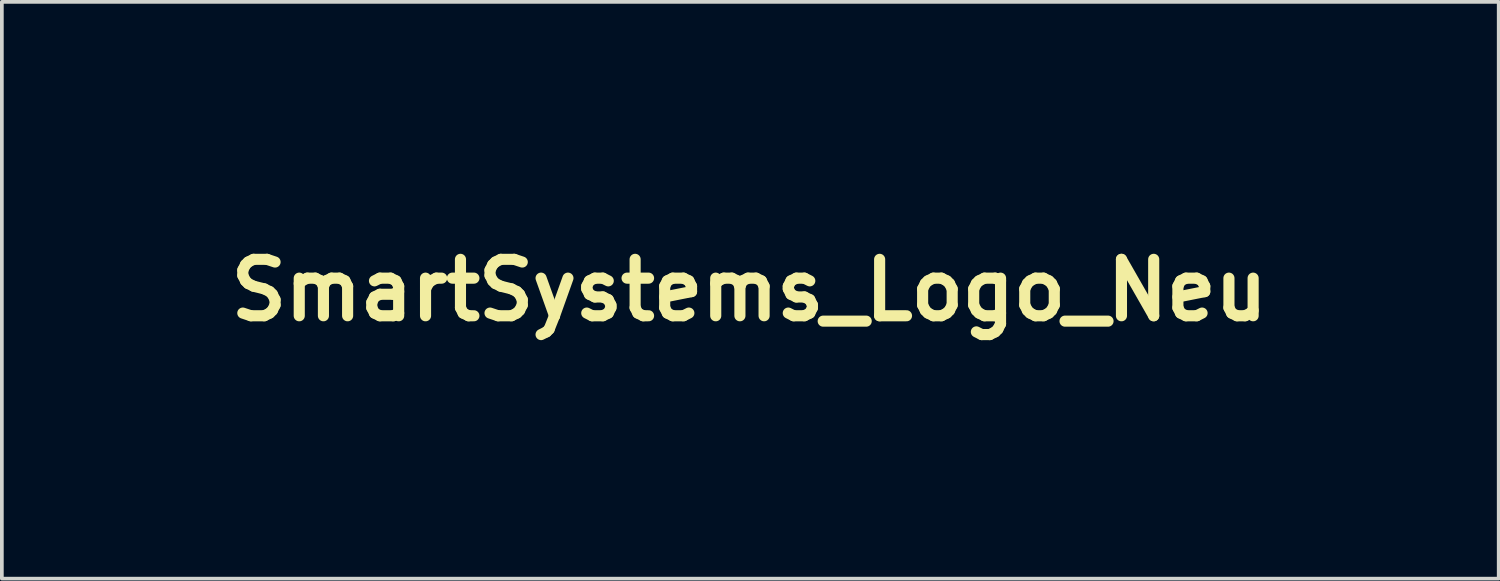
<source format=kicad_pcb>
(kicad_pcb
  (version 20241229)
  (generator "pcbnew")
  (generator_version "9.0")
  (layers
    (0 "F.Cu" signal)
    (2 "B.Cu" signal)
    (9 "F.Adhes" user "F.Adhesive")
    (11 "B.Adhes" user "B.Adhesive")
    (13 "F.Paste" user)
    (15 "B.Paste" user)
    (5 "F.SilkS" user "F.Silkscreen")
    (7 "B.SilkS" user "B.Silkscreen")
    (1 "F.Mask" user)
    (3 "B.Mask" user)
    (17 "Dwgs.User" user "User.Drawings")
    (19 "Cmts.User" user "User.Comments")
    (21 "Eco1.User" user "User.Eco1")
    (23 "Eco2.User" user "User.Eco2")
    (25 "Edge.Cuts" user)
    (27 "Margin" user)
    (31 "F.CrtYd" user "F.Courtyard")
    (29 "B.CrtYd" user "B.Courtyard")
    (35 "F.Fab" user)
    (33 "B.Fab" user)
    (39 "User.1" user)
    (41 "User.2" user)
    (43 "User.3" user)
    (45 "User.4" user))
  (footprint "SmartSystems_Logo_Neu"
    (layer "F.Cu")
    (at 17.188 4.789)
    (property "Reference" "SmartSystems_Logo_Neu" (at 0 0 0) (layer "F.SilkS") (effects (font (size 1.524 1.524) (thickness 0.3))))
    (attr through_hole)
    (fp_poly (pts (xy -13.862 2.839) (xy -13.769 2.85) (xy -13.726 2.873) (xy -13.716 2.91) (xy -13.724 2.978) (xy -13.745 3.111) (xy -13.775 3.291) (xy -13.813 3.501) (xy -13.822 3.552) (xy -13.861 3.764) (xy -13.893 3.949) (xy -13.916 4.089) (xy -13.927 4.168) (xy -13.928 4.175) (xy -13.91 4.197) (xy -13.849 4.213) (xy -13.737 4.226) (xy -13.563 4.234) (xy -13.317 4.241) (xy -13.205 4.243) (xy -12.483 4.255) (xy -12.709 4.498) (xy -12.936 4.741) (xy -14.671 4.741) (xy -14.5 3.789) (xy -14.33 2.837) (xy -14.023 2.837) (xy -13.862 2.839)) (stroke (width 0.01) (type solid)) (fill yes) (layer "F.Mask"))
    (fp_poly (pts (xy -5.67 2.838) (xy -5.405 2.841) (xy -5.182 2.846) (xy -5.01 2.853) (xy -4.902 2.861) (xy -4.868 2.869) (xy -4.896 2.913) (xy -4.971 2.998) (xy -5.078 3.11) (xy -5.113 3.145) (xy -5.358 3.387) (xy -6.007 3.387) (xy -6.033 3.524) (xy -6.05 3.619) (xy -6.078 3.775) (xy -6.114 3.972) (xy -6.153 4.187) (xy -6.153 4.191) (xy -6.249 4.72) (xy -6.888 4.745) (xy -6.789 4.182) (xy -6.75 3.964) (xy -6.714 3.766) (xy -6.685 3.61) (xy -6.667 3.513) (xy -6.665 3.505) (xy -6.64 3.39) (xy -7.529 3.365) (xy -7.295 3.101) (xy -7.062 2.836) (xy -5.965 2.836) (xy -5.67 2.838)) (stroke (width 0.01) (type solid)) (fill yes) (layer "F.Mask"))
    (fp_poly (pts (xy 14.282 2.838) (xy 14.375 2.845) (xy 14.416 2.865) (xy 14.422 2.901) (xy 14.416 2.932) (xy 14.402 3.003) (xy 14.377 3.143) (xy 14.342 3.334) (xy 14.302 3.563) (xy 14.266 3.768) (xy 14.222 4.016) (xy 14.182 4.243) (xy 14.149 4.432) (xy 14.124 4.567) (xy 14.113 4.625) (xy 14.098 4.684) (xy 14.068 4.719) (xy 14.004 4.736) (xy 13.887 4.741) (xy 13.776 4.741) (xy 13.625 4.739) (xy 13.514 4.734) (xy 13.463 4.727) (xy 13.462 4.726) (xy 13.469 4.679) (xy 13.489 4.564) (xy 13.518 4.396) (xy 13.555 4.192) (xy 13.595 3.966) (xy 13.637 3.735) (xy 13.677 3.512) (xy 13.714 3.315) (xy 13.743 3.158) (xy 13.762 3.059) (xy 13.807 2.836) (xy 14.122 2.836) (xy 14.282 2.838)) (stroke (width 0.01) (type solid)) (fill yes) (layer "F.Mask"))
    (fp_poly (pts (xy 4.899 2.837) (xy 5.166 2.841) (xy 5.392 2.845) (xy 5.567 2.852) (xy 5.678 2.859) (xy 5.715 2.867) (xy 5.687 2.909) (xy 5.613 2.995) (xy 5.507 3.107) (xy 5.473 3.142) (xy 5.231 3.387) (xy 4.626 3.387) (xy 4.389 3.387) (xy 4.224 3.39) (xy 4.117 3.398) (xy 4.056 3.411) (xy 4.029 3.432) (xy 4.022 3.463) (xy 4.022 3.471) (xy 4.025 3.502) (xy 4.044 3.524) (xy 4.089 3.539) (xy 4.173 3.548) (xy 4.306 3.553) (xy 4.501 3.556) (xy 4.768 3.556) (xy 4.772 3.556) (xy 5.522 3.556) (xy 5.292 3.789) (xy 5.062 4.022) (xy 3.895 4.022) (xy 3.895 4.233) (xy 5.522 4.233) (xy 5.271 4.487) (xy 5.019 4.741) (xy 3.15 4.741) (xy 3.489 2.836) (xy 4.602 2.836) (xy 4.899 2.837)) (stroke (width 0.01) (type solid)) (fill yes) (layer "F.Mask"))
    (fp_poly (pts (xy 2.265 2.845) (xy 3.365 2.857) (xy 3.116 3.122) (xy 2.866 3.387) (xy 2.207 3.387) (xy 2.163 3.609) (xy 2.135 3.757) (xy 2.099 3.952) (xy 2.061 4.158) (xy 2.052 4.212) (xy 2.014 4.43) (xy 1.984 4.578) (xy 1.951 4.671) (xy 1.905 4.72) (xy 1.834 4.739) (xy 1.729 4.742) (xy 1.624 4.741) (xy 1.462 4.739) (xy 1.369 4.73) (xy 1.329 4.711) (xy 1.326 4.677) (xy 1.328 4.667) (xy 1.344 4.598) (xy 1.369 4.465) (xy 1.402 4.286) (xy 1.437 4.085) (xy 1.473 3.879) (xy 1.506 3.696) (xy 1.531 3.557) (xy 1.546 3.483) (xy 1.552 3.442) (xy 1.538 3.414) (xy 1.49 3.397) (xy 1.393 3.387) (xy 1.234 3.381) (xy 1.113 3.378) (xy 0.659 3.365) (xy 0.912 3.099) (xy 1.164 2.833) (xy 2.265 2.845)) (stroke (width 0.01) (type solid)) (fill yes) (layer "F.Mask"))
    (fp_poly (pts (xy -7.262 2.857) (xy -7.95 3.304) (xy -8.637 3.751) (xy -8.1 4.236) (xy -7.563 4.72) (xy -8.483 4.744) (xy -8.854 4.375) (xy -9.03 4.206) (xy -9.153 4.101) (xy -9.225 4.059) (xy -9.245 4.067) (xy -9.262 4.137) (xy -9.286 4.264) (xy -9.312 4.422) (xy -9.314 4.434) (xy -9.363 4.741) (xy -9.677 4.741) (xy -9.828 4.737) (xy -9.939 4.725) (xy -9.99 4.709) (xy -9.991 4.706) (xy -9.983 4.651) (xy -9.963 4.529) (xy -9.934 4.354) (xy -9.896 4.142) (xy -9.855 3.908) (xy -9.812 3.668) (xy -9.77 3.437) (xy -9.731 3.23) (xy -9.7 3.062) (xy -9.677 2.949) (xy -9.668 2.91) (xy -9.643 2.872) (xy -9.586 2.849) (xy -9.477 2.839) (xy -9.331 2.836) (xy -9.17 2.838) (xy -9.078 2.845) (xy -9.037 2.865) (xy -9.03 2.901) (xy -9.035 2.932) (xy -9.075 3.124) (xy -9.108 3.298) (xy -9.133 3.433) (xy -9.144 3.509) (xy -9.144 3.515) (xy -9.114 3.512) (xy -9.033 3.465) (xy -8.919 3.386) (xy -8.901 3.372) (xy -8.73 3.246) (xy -8.537 3.106) (xy -8.402 3.011) (xy -8.147 2.833) (xy -7.262 2.857)) (stroke (width 0.01) (type solid)) (fill yes) (layer "F.Mask"))
    (fp_poly (pts (xy -10.075 3.111) (xy -10.348 3.387) (xy -10.953 3.387) (xy -11.19 3.387) (xy -11.355 3.39) (xy -11.462 3.398) (xy -11.522 3.411) (xy -11.55 3.432) (xy -11.557 3.463) (xy -11.557 3.471) (xy -11.553 3.502) (xy -11.535 3.524) (xy -11.489 3.539) (xy -11.405 3.548) (xy -11.271 3.554) (xy -11.075 3.556) (xy -10.814 3.556) (xy -10.07 3.556) (xy -10.472 4.022) (xy -11.053 4.022) (xy -11.296 4.023) (xy -11.468 4.03) (xy -11.579 4.045) (xy -11.644 4.071) (xy -11.675 4.114) (xy -11.684 4.175) (xy -11.684 4.194) (xy -11.644 4.207) (xy -11.53 4.218) (xy -11.354 4.226) (xy -11.127 4.232) (xy -10.87 4.233) (xy -10.057 4.233) (xy -10.308 4.487) (xy -10.56 4.741) (xy -11.482 4.741) (xy -11.751 4.74) (xy -11.989 4.736) (xy -12.184 4.729) (xy -12.324 4.721) (xy -12.396 4.711) (xy -12.404 4.707) (xy -12.396 4.657) (xy -12.377 4.539) (xy -12.347 4.368) (xy -12.31 4.159) (xy -12.269 3.928) (xy -12.226 3.689) (xy -12.184 3.459) (xy -12.146 3.252) (xy -12.115 3.083) (xy -12.092 2.967) (xy -12.085 2.932) (xy -12.063 2.836) (xy -9.803 2.836) (xy -10.075 3.111)) (stroke (width 0.01) (type solid)) (fill yes) (layer "F.Mask"))
    (fp_poly (pts (xy -15.308 2.838) (xy -15.031 2.842) (xy -14.806 2.848) (xy -14.642 2.856) (xy -14.547 2.866) (xy -14.527 2.875) (xy -14.562 2.922) (xy -14.639 3.012) (xy -14.745 3.127) (xy -14.766 3.15) (xy -14.991 3.387) (xy -15.602 3.387) (xy -15.841 3.387) (xy -16.008 3.39) (xy -16.116 3.397) (xy -16.178 3.41) (xy -16.206 3.431) (xy -16.213 3.461) (xy -16.214 3.471) (xy -16.21 3.502) (xy -16.191 3.524) (xy -16.146 3.539) (xy -16.063 3.548) (xy -15.929 3.553) (xy -15.735 3.556) (xy -15.467 3.556) (xy -15.464 3.556) (xy -14.714 3.556) (xy -14.943 3.788) (xy -15.171 4.019) (xy -15.745 4.031) (xy -15.976 4.036) (xy -16.135 4.043) (xy -16.236 4.053) (xy -16.294 4.069) (xy -16.321 4.093) (xy -16.332 4.129) (xy -16.333 4.138) (xy -16.347 4.233) (xy -14.713 4.233) (xy -14.965 4.487) (xy -15.216 4.741) (xy -16.138 4.741) (xy -16.407 4.74) (xy -16.646 4.736) (xy -16.841 4.73) (xy -16.981 4.722) (xy -17.054 4.714) (xy -17.062 4.71) (xy -17.055 4.66) (xy -17.036 4.54) (xy -17.006 4.361) (xy -16.968 4.137) (xy -16.924 3.878) (xy -16.903 3.757) (xy -16.743 2.836) (xy -15.628 2.836) (xy -15.308 2.838)) (stroke (width 0.01) (type solid)) (fill yes) (layer "F.Mask"))
    (fp_poly (pts (xy 15.339 3.143) (xy 15.308 3.301) (xy 15.281 3.429) (xy 15.262 3.502) (xy 15.261 3.505) (xy 15.254 3.53) (xy 15.261 3.539) (xy 15.293 3.526) (xy 15.357 3.484) (xy 15.463 3.409) (xy 15.621 3.295) (xy 15.796 3.166) (xy 16.246 2.836) (xy 16.684 2.836) (xy 16.879 2.837) (xy 17.001 2.841) (xy 17.063 2.85) (xy 17.077 2.868) (xy 17.056 2.897) (xy 17.038 2.914) (xy 16.974 2.963) (xy 16.853 3.048) (xy 16.69 3.157) (xy 16.5 3.282) (xy 16.404 3.344) (xy 16.211 3.468) (xy 16.043 3.577) (xy 15.912 3.663) (xy 15.833 3.717) (xy 15.816 3.73) (xy 15.822 3.774) (xy 15.881 3.846) (xy 15.921 3.882) (xy 16.022 3.969) (xy 16.158 4.091) (xy 16.301 4.221) (xy 16.318 4.237) (xy 16.462 4.37) (xy 16.602 4.498) (xy 16.712 4.598) (xy 16.722 4.606) (xy 16.87 4.739) (xy 15.937 4.741) (xy 15.579 4.381) (xy 15.438 4.242) (xy 15.319 4.128) (xy 15.233 4.05) (xy 15.195 4.022) (xy 15.195 4.022) (xy 15.177 4.06) (xy 15.152 4.164) (xy 15.124 4.313) (xy 15.113 4.381) (xy 15.057 4.741) (xy 14.411 4.741) (xy 14.753 2.836) (xy 15.396 2.836) (xy 15.339 3.143)) (stroke (width 0.01) (type solid)) (fill yes) (layer "F.Mask"))
    (fp_poly (pts (xy -0.434 2.829) (xy -0.172 2.861) (xy 0.037 2.921) (xy 0.208 3.011) (xy 0.291 3.075) (xy 0.451 3.262) (xy 0.535 3.485) (xy 0.542 3.744) (xy 0.482 4.012) (xy 0.359 4.264) (xy 0.17 4.466) (xy -0.086 4.618) (xy -0.41 4.72) (xy -0.803 4.772) (xy -1.079 4.78) (xy -1.286 4.772) (xy -1.493 4.752) (xy -1.662 4.724) (xy -1.693 4.716) (xy -1.907 4.644) (xy -2.06 4.548) (xy -2.179 4.41) (xy -2.235 4.315) (xy -2.295 4.184) (xy -2.32 4.059) (xy -2.319 3.978) (xy -1.678 3.978) (xy -1.622 4.109) (xy -1.502 4.192) (xy -1.31 4.237) (xy -1.307 4.237) (xy -1.103 4.251) (xy -0.869 4.249) (xy -0.636 4.233) (xy -0.436 4.205) (xy -0.345 4.183) (xy -0.215 4.101) (xy -0.126 3.957) (xy -0.086 3.766) (xy -0.085 3.724) (xy -0.103 3.58) (xy -0.162 3.475) (xy -0.273 3.404) (xy -0.445 3.363) (xy -0.687 3.346) (xy -0.8 3.345) (xy -1.095 3.354) (xy -1.317 3.383) (xy -1.476 3.437) (xy -1.582 3.521) (xy -1.646 3.641) (xy -1.678 3.791) (xy -1.678 3.978) (xy -2.319 3.978) (xy -2.318 3.899) (xy -2.316 3.872) (xy -2.258 3.571) (xy -2.132 3.321) (xy -1.939 3.122) (xy -1.677 2.973) (xy -1.348 2.874) (xy -0.951 2.825) (xy -0.763 2.82) (xy -0.434 2.829)) (stroke (width 0.01) (type solid)) (fill yes) (layer "F.Mask"))
    (fp_poly (pts (xy 7.969 2.843) (xy 8.153 2.847) (xy 8.28 2.853) (xy 8.337 2.863) (xy 8.34 2.866) (xy 8.311 2.911) (xy 8.237 2.998) (xy 8.129 3.11) (xy 8.095 3.145) (xy 7.85 3.387) (xy 7.293 3.387) (xy 7.075 3.39) (xy 6.878 3.398) (xy 6.724 3.411) (xy 6.632 3.427) (xy 6.626 3.429) (xy 6.467 3.524) (xy 6.36 3.657) (xy 6.31 3.811) (xy 6.324 3.965) (xy 6.408 4.101) (xy 6.417 4.11) (xy 6.458 4.146) (xy 6.504 4.173) (xy 6.566 4.192) (xy 6.657 4.205) (xy 6.791 4.213) (xy 6.982 4.219) (xy 7.241 4.224) (xy 7.306 4.225) (xy 7.552 4.231) (xy 7.767 4.239) (xy 7.936 4.249) (xy 8.047 4.259) (xy 8.086 4.269) (xy 8.058 4.312) (xy 7.984 4.396) (xy 7.879 4.504) (xy 7.862 4.521) (xy 7.639 4.741) (xy 7.005 4.741) (xy 6.754 4.74) (xy 6.57 4.735) (xy 6.436 4.724) (xy 6.333 4.706) (xy 6.244 4.678) (xy 6.155 4.64) (xy 5.932 4.502) (xy 5.782 4.329) (xy 5.7 4.109) (xy 5.68 3.96) (xy 5.69 3.72) (xy 5.758 3.513) (xy 5.893 3.32) (xy 6.033 3.183) (xy 6.152 3.085) (xy 6.267 3.009) (xy 6.391 2.952) (xy 6.538 2.911) (xy 6.72 2.883) (xy 6.952 2.864) (xy 7.247 2.852) (xy 7.482 2.846) (xy 7.741 2.843) (xy 7.969 2.843)) (stroke (width 0.01) (type solid)) (fill yes) (layer "F.Mask"))
    (fp_poly (pts (xy 9.128 2.995) (xy 9.103 3.147) (xy 9.077 3.311) (xy 9.074 3.334) (xy 9.048 3.514) (xy 9.582 3.514) (xy 9.803 3.515) (xy 9.955 3.513) (xy 10.052 3.496) (xy 10.111 3.455) (xy 10.146 3.377) (xy 10.172 3.254) (xy 10.204 3.08) (xy 10.251 2.836) (xy 10.57 2.836) (xy 10.731 2.838) (xy 10.825 2.845) (xy 10.866 2.864) (xy 10.872 2.899) (xy 10.866 2.932) (xy 10.851 3.003) (xy 10.825 3.143) (xy 10.79 3.334) (xy 10.749 3.563) (xy 10.712 3.768) (xy 10.669 4.016) (xy 10.628 4.242) (xy 10.594 4.43) (xy 10.57 4.564) (xy 10.559 4.622) (xy 10.542 4.68) (xy 10.509 4.715) (xy 10.44 4.734) (xy 10.316 4.744) (xy 10.221 4.749) (xy 10.07 4.752) (xy 9.958 4.748) (xy 9.907 4.737) (xy 9.906 4.734) (xy 9.913 4.682) (xy 9.933 4.569) (xy 9.961 4.417) (xy 9.969 4.375) (xy 9.999 4.218) (xy 10.021 4.099) (xy 10.032 4.036) (xy 10.033 4.031) (xy 9.993 4.027) (xy 9.885 4.026) (xy 9.724 4.027) (xy 9.525 4.03) (xy 9.493 4.031) (xy 8.954 4.043) (xy 8.887 4.381) (xy 8.82 4.72) (xy 8.501 4.732) (xy 8.181 4.745) (xy 8.261 4.309) (xy 8.302 4.079) (xy 8.351 3.806) (xy 8.401 3.529) (xy 8.431 3.355) (xy 8.522 2.836) (xy 9.155 2.836) (xy 9.128 2.995)) (stroke (width 0.01) (type solid)) (fill yes) (layer "F.Mask"))
    (fp_poly (pts (xy 15.471 -4.741) (xy 15.86 -4.739) (xy 16.214 -4.737) (xy 16.526 -4.734) (xy 16.787 -4.73) (xy 16.989 -4.726) (xy 17.124 -4.721) (xy 17.185 -4.716) (xy 17.187 -4.715) (xy 17.159 -4.677) (xy 17.082 -4.59) (xy 16.965 -4.462) (xy 16.818 -4.306) (xy 16.692 -4.175) (xy 16.198 -3.662) (xy 14.926 -3.619) (xy 14.692 -2.297) (xy 14.458 -0.974) (xy 13.833 -0.974) (xy 13.59 -0.974) (xy 13.419 -0.978) (xy 13.309 -0.985) (xy 13.245 -0.998) (xy 13.216 -1.019) (xy 13.21 -1.047) (xy 13.21 -1.048) (xy 13.218 -1.107) (xy 13.239 -1.238) (xy 13.27 -1.431) (xy 13.312 -1.675) (xy 13.361 -1.957) (xy 13.415 -2.269) (xy 13.435 -2.38) (xy 13.658 -3.639) (xy 12.768 -3.65) (xy 11.878 -3.662) (xy 12.042 -3.831) (xy 12.255 -3.831) (xy 13.849 -3.808) (xy 13.825 -3.693) (xy 13.81 -3.61) (xy 13.783 -3.463) (xy 13.747 -3.263) (xy 13.704 -3.023) (xy 13.657 -2.756) (xy 13.607 -2.473) (xy 13.557 -2.189) (xy 13.51 -1.914) (xy 13.466 -1.662) (xy 13.429 -1.446) (xy 13.4 -1.277) (xy 13.382 -1.168) (xy 13.377 -1.132) (xy 13.417 -1.12) (xy 13.524 -1.111) (xy 13.682 -1.108) (xy 13.853 -1.11) (xy 14.329 -1.122) (xy 14.565 -2.455) (xy 14.801 -3.789) (xy 15.456 -3.8) (xy 16.112 -3.812) (xy 16.49 -4.192) (xy 16.868 -4.572) (xy 14.919 -4.572) (xy 12.969 -4.572) (xy 12.612 -4.202) (xy 12.255 -3.831) (xy 12.042 -3.831) (xy 12.4 -4.202) (xy 12.922 -4.741) (xy 15.055 -4.741) (xy 15.471 -4.741)) (stroke (width 0.01) (type solid)) (fill yes) (layer "F.Mask"))
    (fp_poly (pts (xy 11.601 2.816) (xy 11.655 2.854) (xy 11.756 2.943) (xy 11.893 3.073) (xy 12.053 3.232) (xy 12.19 3.373) (xy 12.386 3.575) (xy 12.541 3.724) (xy 12.65 3.817) (xy 12.709 3.852) (xy 12.718 3.847) (xy 12.734 3.781) (xy 12.759 3.654) (xy 12.79 3.489) (xy 12.804 3.408) (xy 12.843 3.18) (xy 12.873 3.021) (xy 12.902 2.92) (xy 12.94 2.864) (xy 12.996 2.84) (xy 13.078 2.835) (xy 13.197 2.836) (xy 13.212 2.836) (xy 13.367 2.839) (xy 13.454 2.848) (xy 13.489 2.869) (xy 13.488 2.907) (xy 13.487 2.91) (xy 13.472 2.974) (xy 13.445 3.106) (xy 13.408 3.294) (xy 13.365 3.521) (xy 13.318 3.775) (xy 13.316 3.789) (xy 13.264 4.069) (xy 13.223 4.278) (xy 13.189 4.429) (xy 13.158 4.532) (xy 13.127 4.602) (xy 13.092 4.65) (xy 13.051 4.688) (xy 12.925 4.757) (xy 12.799 4.783) (xy 12.744 4.777) (xy 12.684 4.751) (xy 12.609 4.698) (xy 12.51 4.61) (xy 12.377 4.478) (xy 12.199 4.294) (xy 12.137 4.229) (xy 11.61 3.675) (xy 11.586 3.817) (xy 11.567 3.922) (xy 11.539 4.083) (xy 11.505 4.27) (xy 11.491 4.35) (xy 11.421 4.741) (xy 11.128 4.741) (xy 10.975 4.74) (xy 10.89 4.731) (xy 10.855 4.709) (xy 10.853 4.668) (xy 10.857 4.646) (xy 10.872 4.574) (xy 10.898 4.435) (xy 10.933 4.243) (xy 10.974 4.015) (xy 11.01 3.812) (xy 11.054 3.567) (xy 11.098 3.347) (xy 11.136 3.167) (xy 11.166 3.043) (xy 11.183 2.993) (xy 11.26 2.916) (xy 11.382 2.85) (xy 11.511 2.813) (xy 11.601 2.816)) (stroke (width 0.01) (type solid)) (fill yes) (layer "F.Mask"))
    (fp_poly (pts (xy -3.699 2.844) (xy -3.415 2.85) (xy -3.201 2.857) (xy -3.044 2.867) (xy -2.93 2.881) (xy -2.844 2.901) (xy -2.773 2.928) (xy -2.723 2.953) (xy -2.553 3.066) (xy -2.455 3.196) (xy -2.415 3.363) (xy -2.413 3.428) (xy -2.447 3.633) (xy -2.54 3.824) (xy -2.675 3.981) (xy -2.837 4.079) (xy -2.868 4.089) (xy -2.942 4.118) (xy -2.963 4.138) (xy -2.938 4.179) (xy -2.872 4.269) (xy -2.776 4.392) (xy -2.729 4.451) (xy -2.494 4.741) (xy -3.343 4.741) (xy -3.498 4.508) (xy -3.653 4.276) (xy -4.088 4.276) (xy -4.288 4.276) (xy -4.42 4.283) (xy -4.5 4.307) (xy -4.545 4.358) (xy -4.571 4.446) (xy -4.595 4.58) (xy -4.596 4.583) (xy -4.624 4.741) (xy -4.937 4.741) (xy -5.087 4.738) (xy -5.198 4.728) (xy -5.248 4.715) (xy -5.249 4.713) (xy -5.242 4.661) (xy -5.224 4.548) (xy -5.198 4.397) (xy -5.168 4.229) (xy -5.139 4.068) (xy -5.114 3.935) (xy -5.1 3.865) (xy -5.091 3.835) (xy -5.072 3.812) (xy -5.033 3.795) (xy -4.962 3.783) (xy -4.85 3.774) (xy -4.685 3.768) (xy -4.457 3.764) (xy -4.155 3.759) (xy -4.15 3.759) (xy -3.845 3.755) (xy -3.613 3.75) (xy -3.444 3.743) (xy -3.324 3.734) (xy -3.243 3.72) (xy -3.19 3.702) (xy -3.152 3.677) (xy -3.13 3.656) (xy -3.07 3.579) (xy -3.072 3.51) (xy -3.088 3.476) (xy -3.106 3.447) (xy -3.134 3.425) (xy -3.182 3.409) (xy -3.26 3.398) (xy -3.381 3.392) (xy -3.555 3.388) (xy -3.793 3.387) (xy -4.065 3.387) (xy -4.336 3.385) (xy -4.575 3.381) (xy -4.772 3.375) (xy -4.913 3.367) (xy -4.987 3.358) (xy -4.995 3.354) (xy -4.967 3.31) (xy -4.892 3.225) (xy -4.785 3.113) (xy -4.747 3.074) (xy -4.498 2.828) (xy -3.699 2.844)) (stroke (width 0.01) (type solid)) (fill yes) (layer "F.Mask"))
    (fp_poly (pts (xy 3.133 -0.507) (xy 3.473 -0.505) (xy 3.776 -0.501) (xy 4.034 -0.497) (xy 4.236 -0.491) (xy 4.375 -0.485) (xy 4.441 -0.478) (xy 4.445 -0.475) (xy 4.417 -0.435) (xy 4.339 -0.348) (xy 4.222 -0.224) (xy 4.078 -0.077) (xy 4.031 -0.031) (xy 3.618 0.381) (xy 2.678 0.381) (xy 2.611 0.751) (xy 2.579 0.929) (xy 2.537 1.164) (xy 2.49 1.429) (xy 2.442 1.698) (xy 2.426 1.789) (xy 2.309 2.455) (xy 1.81 2.455) (xy 1.595 2.454) (xy 1.45 2.448) (xy 1.364 2.436) (xy 1.322 2.417) (xy 1.312 2.39) (xy 1.32 2.331) (xy 1.34 2.202) (xy 1.371 2.015) (xy 1.41 1.782) (xy 1.456 1.518) (xy 1.482 1.376) (xy 1.53 1.103) (xy 1.573 0.859) (xy 1.609 0.655) (xy 1.635 0.504) (xy 1.649 0.419) (xy 1.651 0.404) (xy 1.611 0.396) (xy 1.501 0.389) (xy 1.334 0.385) (xy 1.124 0.382) (xy 0.97 0.381) (xy 0.742 0.379) (xy 0.548 0.373) (xy 0.403 0.364) (xy 0.318 0.353) (xy 0.303 0.345) (xy 0.336 0.302) (xy 0.415 0.212) (xy 0.616 0.212) (xy 1.218 0.212) (xy 1.459 0.213) (xy 1.628 0.217) (xy 1.736 0.227) (xy 1.795 0.242) (xy 1.819 0.264) (xy 1.82 0.275) (xy 1.813 0.331) (xy 1.794 0.455) (xy 1.765 0.633) (xy 1.73 0.85) (xy 1.689 1.091) (xy 1.646 1.341) (xy 1.604 1.585) (xy 1.565 1.809) (xy 1.531 1.998) (xy 1.505 2.137) (xy 1.498 2.17) (xy 1.475 2.286) (xy 2.184 2.286) (xy 2.32 1.513) (xy 2.368 1.246) (xy 2.413 0.988) (xy 2.453 0.757) (xy 2.485 0.575) (xy 2.503 0.476) (xy 2.549 0.212) (xy 3.58 0.212) (xy 3.852 -0.064) (xy 4.125 -0.339) (xy 1.162 -0.339) (xy 0.889 -0.064) (xy 0.616 0.212) (xy 0.415 0.212) (xy 0.416 0.211) (xy 0.532 0.083) (xy 0.672 -0.068) (xy 0.702 -0.1) (xy 1.086 -0.508) (xy 2.766 -0.508) (xy 3.133 -0.507)) (stroke (width 0.01) (type solid)) (fill yes) (layer "F.Mask"))
    (fp_poly (pts (xy 7.598 -0.064) (xy 7.186 0.381) (xy 6.281 0.381) (xy 5.983 0.381) (xy 5.758 0.383) (xy 5.597 0.387) (xy 5.489 0.394) (xy 5.424 0.405) (xy 5.39 0.421) (xy 5.378 0.444) (xy 5.376 0.466) (xy 5.379 0.491) (xy 5.393 0.511) (xy 5.429 0.526) (xy 5.495 0.536) (xy 5.602 0.543) (xy 5.758 0.547) (xy 5.974 0.55) (xy 6.258 0.55) (xy 6.498 0.55) (xy 6.796 0.551) (xy 7.065 0.554) (xy 7.292 0.558) (xy 7.468 0.563) (xy 7.581 0.57) (xy 7.62 0.577) (xy 7.593 0.616) (xy 7.52 0.705) (xy 7.411 0.829) (xy 7.278 0.977) (xy 7.277 0.979) (xy 6.934 1.355) (xy 5.217 1.355) (xy 5.197 1.46) (xy 5.189 1.547) (xy 5.199 1.587) (xy 5.245 1.592) (xy 5.366 1.597) (xy 5.549 1.602) (xy 5.784 1.605) (xy 6.06 1.608) (xy 6.366 1.609) (xy 6.425 1.609) (xy 7.629 1.609) (xy 7.239 2.032) (xy 6.849 2.455) (xy 5.435 2.455) (xy 5.02 2.454) (xy 4.685 2.452) (xy 4.424 2.447) (xy 4.232 2.44) (xy 4.105 2.43) (xy 4.037 2.418) (xy 4.022 2.407) (xy 4.029 2.357) (xy 4.04 2.286) (xy 4.184 2.286) (xy 6.801 2.286) (xy 7.287 1.736) (xy 4.989 1.736) (xy 5.012 1.619) (xy 5.035 1.496) (xy 5.06 1.353) (xy 5.062 1.344) (xy 5.089 1.185) (xy 6.884 1.185) (xy 7.085 0.953) (xy 7.286 0.72) (xy 5.179 0.72) (xy 5.22 0.466) (xy 5.261 0.212) (xy 7.144 0.212) (xy 7.386 -0.064) (xy 7.627 -0.339) (xy 4.663 -0.339) (xy 4.639 -0.222) (xy 4.625 -0.15) (xy 4.599 -0.007) (xy 4.563 0.195) (xy 4.519 0.442) (xy 4.469 0.722) (xy 4.424 0.974) (xy 4.372 1.272) (xy 4.322 1.547) (xy 4.279 1.788) (xy 4.244 1.981) (xy 4.22 2.114) (xy 4.209 2.17) (xy 4.184 2.286) (xy 4.04 2.286) (xy 4.049 2.236) (xy 4.079 2.056) (xy 4.118 1.828) (xy 4.164 1.565) (xy 4.214 1.278) (xy 4.266 0.98) (xy 4.318 0.683) (xy 4.369 0.399) (xy 4.415 0.139) (xy 4.455 -0.084) (xy 4.487 -0.259) (xy 4.509 -0.373) (xy 4.512 -0.392) (xy 4.536 -0.508) (xy 8.009 -0.508) (xy 7.598 -0.064)) (stroke (width 0.01) (type solid)) (fill yes) (layer "F.Mask"))
    (fp_poly (pts (xy 8.994 -4.741) (xy 9.334 -4.739) (xy 9.66 -4.735) (xy 9.959 -4.729) (xy 10.216 -4.721) (xy 10.42 -4.711) (xy 10.556 -4.7) (xy 10.583 -4.696) (xy 10.878 -4.625) (xy 11.154 -4.514) (xy 11.385 -4.374) (xy 11.467 -4.305) (xy 11.635 -4.092) (xy 11.735 -3.845) (xy 11.77 -3.577) (xy 11.744 -3.301) (xy 11.659 -3.029) (xy 11.519 -2.773) (xy 11.327 -2.547) (xy 11.086 -2.362) (xy 10.973 -2.302) (xy 10.846 -2.24) (xy 10.753 -2.195) (xy 10.718 -2.177) (xy 10.739 -2.142) (xy 10.804 -2.052) (xy 10.905 -1.917) (xy 11.036 -1.748) (xy 11.174 -1.571) (xy 11.644 -0.974) (xy 9.961 -0.974) (xy 9.637 -1.461) (xy 9.312 -1.949) (xy 8.499 -1.938) (xy 7.686 -1.926) (xy 7.658 -1.757) (xy 7.636 -1.627) (xy 7.607 -1.452) (xy 7.579 -1.281) (xy 7.528 -0.974) (xy 6.897 -0.974) (xy 6.676 -0.976) (xy 6.49 -0.981) (xy 6.351 -0.99) (xy 6.275 -1) (xy 6.266 -1.005) (xy 6.273 -1.055) (xy 6.281 -1.101) (xy 6.428 -1.101) (xy 7.395 -1.101) (xy 7.476 -1.577) (xy 7.556 -2.053) (xy 8.488 -2.064) (xy 9.419 -2.074) (xy 10.054 -1.102) (xy 10.703 -1.101) (xy 11.353 -1.101) (xy 11.129 -1.386) (xy 10.987 -1.565) (xy 10.822 -1.765) (xy 10.668 -1.945) (xy 10.66 -1.954) (xy 10.55 -2.082) (xy 10.466 -2.185) (xy 10.419 -2.246) (xy 10.414 -2.256) (xy 10.451 -2.277) (xy 10.546 -2.308) (xy 10.615 -2.326) (xy 10.929 -2.445) (xy 11.195 -2.63) (xy 11.406 -2.872) (xy 11.553 -3.161) (xy 11.621 -3.432) (xy 11.621 -3.7) (xy 11.544 -3.943) (xy 11.395 -4.155) (xy 11.179 -4.33) (xy 10.901 -4.462) (xy 10.676 -4.524) (xy 10.562 -4.539) (xy 10.369 -4.551) (xy 10.104 -4.56) (xy 9.775 -4.567) (xy 9.388 -4.571) (xy 9.089 -4.571) (xy 7.726 -4.571) (xy 7.021 -3.81) (xy 8.601 -3.809) (xy 9.012 -3.809) (xy 9.348 -3.807) (xy 9.616 -3.805) (xy 9.827 -3.801) (xy 9.989 -3.795) (xy 10.11 -3.786) (xy 10.2 -3.775) (xy 10.269 -3.761) (xy 10.323 -3.743) (xy 10.356 -3.729) (xy 10.514 -3.621) (xy 10.596 -3.479) (xy 10.599 -3.311) (xy 10.555 -3.188) (xy 10.446 -3.026) (xy 10.297 -2.917) (xy 10.09 -2.847) (xy 10.038 -2.837) (xy 9.941 -2.827) (xy 9.771 -2.817) (xy 9.539 -2.809) (xy 9.255 -2.803) (xy 8.93 -2.798) (xy 8.576 -2.795) (xy 8.274 -2.794) (xy 6.738 -2.794) (xy 6.714 -2.678) (xy 6.698 -2.595) (xy 6.672 -2.447) (xy 6.637 -2.253) (xy 6.598 -2.031) (xy 6.583 -1.947) (xy 6.543 -1.72) (xy 6.506 -1.513) (xy 6.476 -1.347) (xy 6.456 -1.238) (xy 6.452 -1.217) (xy 6.428 -1.101) (xy 6.281 -1.101) (xy 6.293 -1.175) (xy 6.324 -1.354) (xy 6.363 -1.58) (xy 6.409 -1.84) (xy 6.435 -1.988) (xy 6.483 -2.261) (xy 6.526 -2.503) (xy 6.562 -2.705) (xy 6.588 -2.853) (xy 6.602 -2.936) (xy 6.604 -2.95) (xy 6.645 -2.953) (xy 6.762 -2.955) (xy 6.945 -2.959) (xy 7.187 -2.962) (xy 7.478 -2.965) (xy 7.81 -2.968) (xy 8.174 -2.971) (xy 8.35 -2.973) (xy 8.795 -2.976) (xy 9.162 -2.98) (xy 9.46 -2.985) (xy 9.697 -2.991) (xy 9.879 -2.998) (xy 10.015 -3.007) (xy 10.113 -3.019) (xy 10.18 -3.032) (xy 10.222 -3.048) (xy 10.352 -3.146) (xy 10.428 -3.27) (xy 10.446 -3.399) (xy 10.404 -3.514) (xy 10.307 -3.591) (xy 10.247 -3.605) (xy 10.128 -3.616) (xy 9.946 -3.625) (xy 9.698 -3.632) (xy 9.378 -3.637) (xy 8.983 -3.64) (xy 8.508 -3.641) (xy 8.444 -3.641) (xy 8.067 -3.641) (xy 7.719 -3.643) (xy 7.407 -3.645) (xy 7.14 -3.649) (xy 6.927 -3.653) (xy 6.777 -3.657) (xy 6.698 -3.663) (xy 6.689 -3.665) (xy 6.716 -3.702) (xy 6.793 -3.791) (xy 6.909 -3.919) (xy 7.055 -4.077) (xy 7.184 -4.215) (xy 7.68 -4.741) (xy 8.994 -4.741)) (stroke (width 0.01) (type solid)) (fill yes) (layer "F.Mask"))
    (fp_poly (pts (xy 0.217 -0.499) (xy 0.447 -0.495) (xy 0.609 -0.489) (xy 0.698 -0.481) (xy 0.713 -0.474) (xy 0.68 -0.43) (xy 0.6 -0.338) (xy 0.484 -0.21) (xy 0.344 -0.059) (xy 0.314 -0.027) (xy -0.07 0.381) (xy -1.152 0.381) (xy -1.489 0.382) (xy -1.752 0.384) (xy -1.949 0.388) (xy -2.091 0.396) (xy -2.187 0.406) (xy -2.247 0.42) (xy -2.281 0.439) (xy -2.287 0.446) (xy -2.319 0.493) (xy -2.321 0.531) (xy -2.286 0.561) (xy -2.207 0.584) (xy -2.076 0.601) (xy -1.886 0.614) (xy -1.629 0.624) (xy -1.297 0.632) (xy -1.173 0.635) (xy -0.844 0.642) (xy -0.589 0.648) (xy -0.395 0.656) (xy -0.251 0.665) (xy -0.146 0.677) (xy -0.069 0.694) (xy -0.006 0.717) (xy 0.052 0.746) (xy 0.08 0.762) (xy 0.259 0.907) (xy 0.375 1.096) (xy 0.427 1.314) (xy 0.414 1.546) (xy 0.338 1.781) (xy 0.196 2.002) (xy 0.127 2.078) (xy 0.043 2.16) (xy -0.035 2.229) (xy -0.116 2.284) (xy -0.209 2.329) (xy -0.321 2.364) (xy -0.462 2.39) (xy -0.641 2.409) (xy -0.865 2.423) (xy -1.143 2.432) (xy -1.484 2.438) (xy -1.897 2.443) (xy -2.155 2.446) (xy -3.823 2.461) (xy -3.658 2.286) (xy -3.443 2.286) (xy -2.019 2.286) (xy -1.619 2.285) (xy -1.294 2.283) (xy -1.035 2.28) (xy -0.833 2.274) (xy -0.678 2.265) (xy -0.56 2.254) (xy -0.471 2.239) (xy -0.401 2.221) (xy -0.393 2.218) (xy -0.125 2.093) (xy 0.074 1.92) (xy 0.202 1.703) (xy 0.258 1.442) (xy 0.26 1.381) (xy 0.245 1.182) (xy 0.184 1.039) (xy 0.066 0.928) (xy -0.021 0.876) (xy -0.078 0.848) (xy -0.141 0.826) (xy -0.221 0.809) (xy -0.328 0.796) (xy -0.474 0.786) (xy -0.671 0.778) (xy -0.929 0.771) (xy -1.26 0.764) (xy -1.282 0.763) (xy -1.627 0.756) (xy -1.897 0.748) (xy -2.1 0.739) (xy -2.247 0.725) (xy -2.346 0.704) (xy -2.407 0.676) (xy -2.439 0.637) (xy -2.452 0.586) (xy -2.454 0.52) (xy -2.454 0.508) (xy -2.449 0.425) (xy -2.428 0.359) (xy -2.383 0.308) (xy -2.305 0.27) (xy -2.185 0.243) (xy -2.014 0.225) (xy -1.784 0.215) (xy -1.485 0.209) (xy -1.156 0.207) (xy -0.106 0.202) (xy 0.145 -0.068) (xy 0.395 -0.339) (xy -0.917 -0.339) (xy -1.327 -0.338) (xy -1.663 -0.334) (xy -1.935 -0.327) (xy -2.151 -0.315) (xy -2.323 -0.296) (xy -2.461 -0.27) (xy -2.573 -0.236) (xy -2.671 -0.192) (xy -2.764 -0.137) (xy -2.797 -0.116) (xy -2.958 0.037) (xy -3.07 0.233) (xy -3.128 0.45) (xy -3.126 0.667) (xy -3.058 0.862) (xy -3.053 0.871) (xy -2.997 0.953) (xy -2.934 1.018) (xy -2.853 1.068) (xy -2.744 1.106) (xy -2.598 1.134) (xy -2.404 1.154) (xy -2.151 1.168) (xy -1.831 1.179) (xy -1.575 1.184) (xy -1.234 1.192) (xy -0.968 1.199) (xy -0.768 1.209) (xy -0.624 1.224) (xy -0.527 1.244) (xy -0.468 1.274) (xy -0.438 1.314) (xy -0.426 1.367) (xy -0.424 1.436) (xy -0.424 1.442) (xy -0.447 1.56) (xy -0.483 1.632) (xy -0.505 1.656) (xy -0.538 1.676) (xy -0.592 1.69) (xy -0.677 1.702) (xy -0.801 1.711) (xy -0.975 1.717) (xy -1.208 1.723) (xy -1.51 1.728) (xy -1.743 1.731) (xy -2.942 1.748) (xy -3.193 2.017) (xy -3.443 2.286) (xy -3.658 2.286) (xy -3.43 2.045) (xy -3.037 1.63) (xy -1.859 1.609) (xy -1.507 1.602) (xy -1.23 1.595) (xy -1.019 1.587) (xy -0.863 1.578) (xy -0.754 1.567) (xy -0.681 1.553) (xy -0.635 1.535) (xy -0.608 1.516) (xy -0.561 1.45) (xy -0.581 1.39) (xy -0.591 1.378) (xy -0.619 1.357) (xy -0.672 1.34) (xy -0.758 1.328) (xy -0.888 1.32) (xy -1.073 1.315) (xy -1.322 1.311) (xy -1.646 1.31) (xy -1.646 1.31) (xy -2.011 1.308) (xy -2.302 1.301) (xy -2.531 1.288) (xy -2.708 1.266) (xy -2.843 1.233) (xy -2.949 1.186) (xy -3.035 1.125) (xy -3.113 1.045) (xy -3.149 1.001) (xy -3.222 0.903) (xy -3.261 0.812) (xy -3.277 0.697) (xy -3.279 0.557) (xy -3.242 0.261) (xy -3.133 0.011) (xy -2.953 -0.194) (xy -2.702 -0.351) (xy -2.569 -0.406) (xy -2.503 -0.427) (xy -2.428 -0.444) (xy -2.334 -0.458) (xy -2.212 -0.469) (xy -2.053 -0.477) (xy -1.847 -0.484) (xy -1.585 -0.489) (xy -1.259 -0.494) (xy -0.858 -0.498) (xy -0.811 -0.499) (xy -0.418 -0.501) (xy -0.074 -0.501) (xy 0.217 -0.499)) (stroke (width 0.01) (type solid)) (fill yes) (layer "F.Mask"))
    (fp_poly (pts (xy -0.909 -4.754) (xy -0.732 -4.662) (xy -0.61 -4.509) (xy -0.577 -4.433) (xy -0.558 -4.35) (xy -0.532 -4.194) (xy -0.499 -3.976) (xy -0.463 -3.705) (xy -0.423 -3.393) (xy -0.382 -3.05) (xy -0.341 -2.691) (xy -0.301 -2.337) (xy -0.264 -2.01) (xy -0.23 -1.72) (xy -0.201 -1.476) (xy -0.178 -1.287) (xy -0.162 -1.163) (xy -0.153 -1.113) (xy -0.153 -1.112) (xy -0.123 -1.14) (xy -0.042 -1.225) (xy 0.084 -1.363) (xy 0.251 -1.545) (xy 0.452 -1.768) (xy 0.683 -2.025) (xy 0.938 -2.311) (xy 1.211 -2.618) (xy 1.3 -2.718) (xy 1.585 -3.039) (xy 1.859 -3.345) (xy 2.115 -3.63) (xy 2.346 -3.886) (xy 2.548 -4.107) (xy 2.713 -4.287) (xy 2.836 -4.418) (xy 2.91 -4.494) (xy 2.919 -4.502) (xy 3.12 -4.657) (xy 3.319 -4.746) (xy 3.545 -4.782) (xy 3.629 -4.784) (xy 3.88 -4.752) (xy 4.078 -4.656) (xy 4.22 -4.504) (xy 4.255 -4.443) (xy 4.325 -4.315) (xy 4.424 -4.128) (xy 4.549 -3.891) (xy 4.696 -3.611) (xy 4.859 -3.296) (xy 5.036 -2.956) (xy 5.172 -2.692) (xy 6.048 -0.995) (xy 4.953 -0.984) (xy 4.577 -0.981) (xy 4.147 -0.979) (xy 3.694 -0.979) (xy 3.25 -0.98) (xy 2.844 -0.982) (xy 2.724 -0.984) (xy 1.59 -0.995) (xy 2.055 -1.511) (xy 2.519 -2.028) (xy 3.249 -2.03) (xy 3.487 -2.032) (xy 3.693 -2.035) (xy 3.852 -2.041) (xy 3.952 -2.047) (xy 3.979 -2.053) (xy 3.961 -2.104) (xy 3.912 -2.213) (xy 3.839 -2.362) (xy 3.75 -2.537) (xy 3.654 -2.723) (xy 3.558 -2.906) (xy 3.471 -3.068) (xy 3.399 -3.196) (xy 3.351 -3.275) (xy 3.336 -3.292) (xy 3.302 -3.258) (xy 3.218 -3.169) (xy 3.091 -3.03) (xy 2.928 -2.849) (xy 2.735 -2.633) (xy 2.518 -2.389) (xy 2.285 -2.127) (xy 1.266 -0.972) (xy -0.076 -0.984) (xy -1.418 -0.995) (xy -1.492 -1.799) (xy -1.517 -2.068) (xy -1.541 -2.325) (xy -1.563 -2.549) (xy -1.58 -2.724) (xy -1.59 -2.826) (xy -1.615 -3.048) (xy -2.19 -2.233) (xy -2.407 -1.926) (xy -2.582 -1.68) (xy -2.721 -1.487) (xy -2.83 -1.341) (xy -2.915 -1.233) (xy -2.983 -1.155) (xy -3.039 -1.099) (xy -3.091 -1.058) (xy -3.143 -1.023) (xy -3.145 -1.022) (xy -3.325 -0.948) (xy -3.542 -0.912) (xy -3.752 -0.919) (xy -3.801 -0.929) (xy -3.896 -0.958) (xy -3.977 -0.999) (xy -4.049 -1.061) (xy -4.118 -1.154) (xy -4.189 -1.286) (xy -4.267 -1.467) (xy -4.357 -1.705) (xy -4.464 -2.01) (xy -4.53 -2.201) (xy -4.614 -2.445) (xy -4.689 -2.66) (xy -4.753 -2.836) (xy -4.798 -2.958) (xy -4.822 -3.014) (xy -4.823 -3.015) (xy -4.847 -2.987) (xy -4.899 -2.89) (xy -4.976 -2.735) (xy -5.072 -2.531) (xy -5.183 -2.288) (xy -5.305 -2.016) (xy -5.308 -2.01) (xy -5.766 -0.974) (xy -7.024 -0.974) (xy -6.948 -1.136) (xy -6.761 -1.136) (xy -6.734 -1.117) (xy -6.665 -1.108) (xy -6.538 -1.106) (xy -6.341 -1.109) (xy -6.327 -1.11) (xy -5.871 -1.122) (xy -5.643 -1.63) (xy -5.523 -1.898) (xy -5.386 -2.209) (xy -5.243 -2.54) (xy -5.103 -2.864) (xy -4.979 -3.157) (xy -4.892 -3.364) (xy -4.823 -3.531) (xy -4.512 -2.623) (xy -4.376 -2.225) (xy -4.263 -1.9) (xy -4.168 -1.641) (xy -4.088 -1.441) (xy -4.017 -1.291) (xy -3.951 -1.186) (xy -3.887 -1.117) (xy -3.818 -1.079) (xy -3.742 -1.062) (xy -3.653 -1.061) (xy -3.556 -1.067) (xy -3.394 -1.092) (xy -3.251 -1.138) (xy -3.203 -1.163) (xy -3.148 -1.218) (xy -3.053 -1.331) (xy -2.926 -1.493) (xy -2.773 -1.694) (xy -2.603 -1.923) (xy -2.423 -2.17) (xy -2.241 -2.423) (xy -2.065 -2.674) (xy -1.901 -2.911) (xy -1.758 -3.124) (xy -1.685 -3.237) (xy -1.598 -3.363) (xy -1.525 -3.453) (xy -1.48 -3.489) (xy -1.475 -3.488) (xy -1.458 -3.438) (xy -1.446 -3.326) (xy -1.44 -3.173) (xy -1.439 -3.138) (xy -1.435 -2.982) (xy -1.423 -2.762) (xy -1.404 -2.497) (xy -1.381 -2.207) (xy -1.356 -1.913) (xy -1.328 -1.632) (xy -1.301 -1.386) (xy -1.288 -1.281) (xy -1.265 -1.101) (xy -0.802 -1.101) (xy 0.069 -1.101) (xy 1.174 -1.101) (xy 2.248 -2.315) (xy 2.489 -2.586) (xy 2.714 -2.837) (xy 2.915 -3.061) (xy 3.087 -3.25) (xy 3.223 -3.397) (xy 3.317 -3.497) (xy 3.363 -3.541) (xy 3.365 -3.542) (xy 3.392 -3.509) (xy 3.45 -3.414) (xy 3.532 -3.269) (xy 3.631 -3.088) (xy 3.741 -2.884) (xy 3.854 -2.669) (xy 3.964 -2.458) (xy 4.064 -2.263) (xy 4.146 -2.097) (xy 4.205 -1.973) (xy 4.232 -1.905) (xy 4.233 -1.898) (xy 4.193 -1.894) (xy 4.081 -1.892) (xy 3.911 -1.893) (xy 3.696 -1.895) (xy 3.448 -1.899) (xy 3.44 -1.899) (xy 2.646 -1.915) (xy 2.277 -1.518) (xy 1.908 -1.122) (xy 3.839 -1.111) (xy 4.235 -1.109) (xy 4.605 -1.108) (xy 4.939 -1.108) (xy 5.23 -1.108) (xy 5.468 -1.109) (xy 5.646 -1.111) (xy 5.755 -1.114) (xy 5.787 -1.116) (xy 5.775 -1.159) (xy 5.727 -1.267) (xy 5.648 -1.431) (xy 5.543 -1.641) (xy 5.418 -1.889) (xy 5.276 -2.166) (xy 5.123 -2.462) (xy 4.963 -2.768) (xy 4.802 -3.075) (xy 4.643 -3.374) (xy 4.493 -3.655) (xy 4.355 -3.909) (xy 4.235 -4.127) (xy 4.137 -4.3) (xy 4.067 -4.419) (xy 4.029 -4.473) (xy 3.855 -4.597) (xy 3.651 -4.648) (xy 3.43 -4.627) (xy 3.207 -4.532) (xy 3.135 -4.484) (xy 3.073 -4.428) (xy 2.961 -4.315) (xy 2.806 -4.152) (xy 2.615 -3.946) (xy 2.393 -3.703) (xy 2.147 -3.432) (xy 1.883 -3.138) (xy 1.624 -2.847) (xy 1.351 -2.539) (xy 1.093 -2.247) (xy 0.854 -1.979) (xy 0.642 -1.74) (xy 0.462 -1.537) (xy 0.32 -1.378) (xy 0.223 -1.268) (xy 0.176 -1.217) (xy 0.069 -1.101) (xy -0.802 -1.101) (xy -0.598 -1.102) (xy -0.465 -1.107) (xy -0.387 -1.118) (xy -0.35 -1.139) (xy -0.339 -1.171) (xy -0.339 -1.18) (xy -0.343 -1.239) (xy -0.356 -1.372) (xy -0.376 -1.57) (xy -0.403 -1.821) (xy -0.435 -2.117) (xy -0.471 -2.448) (xy -0.51 -2.799) (xy -0.557 -3.219) (xy -0.597 -3.564) (xy -0.631 -3.841) (xy -0.663 -4.058) (xy -0.693 -4.225) (xy -0.725 -4.349) (xy -0.759 -4.438) (xy -0.797 -4.502) (xy -0.843 -4.547) (xy -0.896 -4.584) (xy -0.935 -4.605) (xy -1.083 -4.643) (xy -1.261 -4.627) (xy -1.438 -4.563) (xy -1.5 -4.526) (xy -1.562 -4.467) (xy -1.665 -4.348) (xy -1.803 -4.181) (xy -1.968 -3.974) (xy -2.151 -3.738) (xy -2.346 -3.482) (xy -2.544 -3.217) (xy -2.739 -2.951) (xy -2.923 -2.696) (xy -3.087 -2.461) (xy -3.13 -2.399) (xy -3.238 -2.244) (xy -3.31 -2.152) (xy -3.355 -2.115) (xy -3.383 -2.122) (xy -3.394 -2.141) (xy -3.417 -2.201) (xy -3.466 -2.329) (xy -3.537 -2.514) (xy -3.624 -2.745) (xy -3.724 -3.01) (xy -3.833 -3.298) (xy -3.835 -3.302) (xy -3.98 -3.681) (xy -4.106 -3.993) (xy -4.21 -4.234) (xy -4.291 -4.402) (xy -4.347 -4.493) (xy -4.351 -4.497) (xy -4.507 -4.608) (xy -4.691 -4.646) (xy -4.885 -4.613) (xy -5.075 -4.511) (xy -5.152 -4.444) (xy -5.211 -4.365) (xy -5.3 -4.211) (xy -5.422 -3.981) (xy -5.576 -3.675) (xy -5.762 -3.292) (xy -5.98 -2.831) (xy -6.006 -2.777) (xy -6.165 -2.438) (xy -6.313 -2.122) (xy -6.447 -1.837) (xy -6.561 -1.591) (xy -6.653 -1.393) (xy -6.719 -1.252) (xy -6.753 -1.176) (xy -6.757 -1.167) (xy -6.761 -1.136) (xy -6.948 -1.136) (xy -6.79 -1.471) (xy -6.71 -1.643) (xy -6.6 -1.876) (xy -6.47 -2.154) (xy -6.326 -2.462) (xy -6.176 -2.783) (xy -6.026 -3.102) (xy -6.022 -3.111) (xy -5.881 -3.41) (xy -5.746 -3.691) (xy -5.623 -3.944) (xy -5.516 -4.157) (xy -5.432 -4.319) (xy -5.377 -4.418) (xy -5.369 -4.43) (xy -5.212 -4.598) (xy -5.013 -4.715) (xy -4.791 -4.777) (xy -4.568 -4.778) (xy -4.365 -4.713) (xy -4.336 -4.697) (xy -4.28 -4.658) (xy -4.229 -4.607) (xy -4.177 -4.536) (xy -4.121 -4.436) (xy -4.056 -4.298) (xy -3.978 -4.114) (xy -3.883 -3.874) (xy -3.767 -3.57) (xy -3.661 -3.29) (xy -3.565 -3.037) (xy -3.477 -2.816) (xy -3.402 -2.637) (xy -3.344 -2.51) (xy -3.309 -2.447) (xy -3.302 -2.443) (xy -3.27 -2.484) (xy -3.195 -2.585) (xy -3.082 -2.737) (xy -2.938 -2.931) (xy -2.77 -3.16) (xy -2.583 -3.413) (xy -2.501 -3.524) (xy -2.258 -3.853) (xy -2.057 -4.119) (xy -1.89 -4.329) (xy -1.752 -4.49) (xy -1.634 -4.608) (xy -1.53 -4.69) (xy -1.432 -4.741) (xy -1.335 -4.77) (xy -1.23 -4.782) (xy -1.144 -4.784) (xy -0.909 -4.754)) (stroke (width 0.01) (type solid)) (fill yes) (layer "F.Mask"))
    (fp_poly (pts (xy -8.305 -4.784) (xy -7.925 -4.782) (xy -7.583 -4.78) (xy -7.289 -4.778) (xy -7.048 -4.774) (xy -6.87 -4.77) (xy -6.762 -4.765) (xy -6.731 -4.76) (xy -6.759 -4.724) (xy -6.838 -4.635) (xy -6.961 -4.5) (xy -7.121 -4.326) (xy -7.311 -4.122) (xy -7.523 -3.896) (xy -7.605 -3.809) (xy -8.479 -2.881) (xy -11.052 -2.869) (xy -11.583 -2.867) (xy -12.035 -2.864) (xy -12.416 -2.862) (xy -12.732 -2.859) (xy -12.99 -2.855) (xy -13.196 -2.851) (xy -13.356 -2.845) (xy -13.478 -2.839) (xy -13.568 -2.83) (xy -13.632 -2.82) (xy -13.677 -2.807) (xy -13.709 -2.792) (xy -13.736 -2.775) (xy -13.744 -2.769) (xy -13.857 -2.64) (xy -13.917 -2.477) (xy -13.913 -2.321) (xy -13.901 -2.274) (xy -13.885 -2.235) (xy -13.859 -2.202) (xy -13.816 -2.174) (xy -13.751 -2.151) (xy -13.656 -2.133) (xy -13.525 -2.118) (xy -13.352 -2.107) (xy -13.13 -2.098) (xy -12.853 -2.091) (xy -12.514 -2.085) (xy -12.108 -2.08) (xy -11.627 -2.075) (xy -11.303 -2.072) (xy -10.769 -2.066) (xy -10.312 -2.061) (xy -9.925 -2.055) (xy -9.6 -2.048) (xy -9.33 -2.039) (xy -9.106 -2.028) (xy -8.923 -2.014) (xy -8.772 -1.995) (xy -8.646 -1.972) (xy -8.537 -1.944) (xy -8.437 -1.91) (xy -8.34 -1.87) (xy -8.238 -1.822) (xy -8.175 -1.792) (xy -7.889 -1.608) (xy -7.657 -1.364) (xy -7.488 -1.073) (xy -7.391 -0.746) (xy -7.385 -0.709) (xy -7.356 -0.508) (xy -6.155 -0.508) (xy -5.755 0.082) (xy -5.355 0.673) (xy -4.761 0.081) (xy -4.166 -0.51) (xy -3.526 -0.499) (xy -2.885 -0.487) (xy -3.935 0.496) (xy -4.985 1.479) (xy -5.057 1.893) (xy -5.09 2.078) (xy -5.119 2.237) (xy -5.142 2.348) (xy -5.15 2.381) (xy -5.167 2.413) (xy -5.209 2.434) (xy -5.29 2.447) (xy -5.423 2.453) (xy -5.624 2.455) (xy -5.676 2.455) (xy -5.89 2.455) (xy -6.032 2.452) (xy -6.117 2.443) (xy -6.157 2.426) (xy -6.168 2.399) (xy -6.162 2.36) (xy -6.122 2.163) (xy -6.085 1.959) (xy -6.055 1.768) (xy -6.034 1.607) (xy -6.025 1.497) (xy -6.027 1.459) (xy -6.057 1.411) (xy -6.13 1.305) (xy -6.24 1.151) (xy -6.379 0.957) (xy -6.541 0.734) (xy -6.695 0.524) (xy -7.315 -0.318) (xy -7.112 -0.318) (xy -7.088 -0.279) (xy -7.021 -0.183) (xy -6.92 -0.041) (xy -6.791 0.136) (xy -6.643 0.338) (xy -6.635 0.349) (xy -6.472 0.569) (xy -6.314 0.783) (xy -6.174 0.974) (xy -6.062 1.126) (xy -5.998 1.215) (xy -5.838 1.435) (xy -5.903 1.781) (xy -5.944 1.993) (xy -5.965 2.136) (xy -5.958 2.223) (xy -5.916 2.268) (xy -5.833 2.284) (xy -5.7 2.286) (xy -5.631 2.286) (xy -5.462 2.284) (xy -5.359 2.276) (xy -5.304 2.256) (xy -5.279 2.219) (xy -5.27 2.191) (xy -5.252 2.104) (xy -5.225 1.962) (xy -5.195 1.793) (xy -5.189 1.76) (xy -5.132 1.424) (xy -4.799 1.103) (xy -4.656 0.965) (xy -4.469 0.787) (xy -4.256 0.584) (xy -4.036 0.376) (xy -3.873 0.222) (xy -3.281 -0.337) (xy -3.708 -0.338) (xy -4.136 -0.339) (xy -4.737 0.275) (xy -4.92 0.461) (xy -5.084 0.624) (xy -5.219 0.755) (xy -5.315 0.845) (xy -5.364 0.886) (xy -5.368 0.888) (xy -5.4 0.854) (xy -5.471 0.761) (xy -5.573 0.62) (xy -5.697 0.443) (xy -5.813 0.274) (xy -6.228 -0.339) (xy -6.67 -0.339) (xy -6.852 -0.337) (xy -6.997 -0.332) (xy -7.089 -0.325) (xy -7.112 -0.318) (xy -7.315 -0.318) (xy -7.343 -0.356) (xy -7.372 -0.21) (xy -7.397 -0.084) (xy -7.43 0.08) (xy -7.45 0.181) (xy -7.572 0.576) (xy -7.767 0.933) (xy -8.032 1.249) (xy -8.364 1.52) (xy -8.759 1.743) (xy -9.213 1.914) (xy -9.241 1.922) (xy -9.366 1.957) (xy -9.49 1.987) (xy -9.621 2.013) (xy -9.764 2.036) (xy -9.925 2.055) (xy -10.111 2.071) (xy -10.327 2.084) (xy -10.579 2.094) (xy -10.874 2.101) (xy -11.218 2.107) (xy -11.616 2.11) (xy -12.075 2.112) (xy -12.6 2.112) (xy -13.198 2.11) (xy -13.851 2.108) (xy -17.183 2.095) (xy -17.046 1.951) (xy -16.821 1.951) (xy -13.31 1.937) (xy -12.684 1.934) (xy -12.136 1.932) (xy -11.661 1.929) (xy -11.252 1.927) (xy -10.905 1.924) (xy -10.613 1.92) (xy -10.369 1.916) (xy -10.169 1.911) (xy -10.007 1.905) (xy -9.875 1.898) (xy -9.769 1.889) (xy -9.683 1.879) (xy -9.61 1.867) (xy -9.544 1.854) (xy -9.481 1.838) (xy -9.44 1.828) (xy -8.962 1.668) (xy -8.551 1.459) (xy -8.209 1.203) (xy -7.935 0.9) (xy -7.733 0.553) (xy -7.602 0.163) (xy -7.544 -0.269) (xy -7.545 -0.529) (xy -7.562 -0.76) (xy -7.593 -0.93) (xy -7.643 -1.066) (xy -7.654 -1.088) (xy -7.835 -1.346) (xy -8.088 -1.559) (xy -8.41 -1.728) (xy -8.798 -1.85) (xy -8.876 -1.865) (xy -8.978 -1.878) (xy -9.109 -1.889) (xy -9.277 -1.899) (xy -9.489 -1.908) (xy -9.751 -1.916) (xy -10.071 -1.923) (xy -10.454 -1.929) (xy -10.91 -1.936) (xy -11.432 -1.942) (xy -11.942 -1.948) (xy -12.373 -1.953) (xy -12.734 -1.959) (xy -13.03 -1.964) (xy -13.269 -1.971) (xy -13.457 -1.977) (xy -13.602 -1.985) (xy -13.709 -1.994) (xy -13.787 -2.005) (xy -13.84 -2.017) (xy -13.878 -2.032) (xy -13.896 -2.042) (xy -14 -2.157) (xy -14.056 -2.317) (xy -14.064 -2.498) (xy -14.021 -2.674) (xy -13.942 -2.803) (xy -13.901 -2.848) (xy -13.861 -2.887) (xy -13.814 -2.919) (xy -13.754 -2.946) (xy -13.675 -2.969) (xy -13.57 -2.987) (xy -13.432 -3.001) (xy -13.256 -3.012) (xy -13.033 -3.02) (xy -12.758 -3.026) (xy -12.424 -3.03) (xy -12.025 -3.033) (xy -11.554 -3.035) (xy -11.049 -3.037) (xy -8.53 -3.048) (xy -8.319 -3.277) (xy -8.218 -3.386) (xy -8.074 -3.54) (xy -7.901 -3.724) (xy -7.714 -3.922) (xy -7.581 -4.063) (xy -7.056 -4.619) (xy -10.354 -4.605) (xy -13.652 -4.59) (xy -14.065 -4.478) (xy -14.542 -4.315) (xy -14.949 -4.106) (xy -15.286 -3.851) (xy -15.552 -3.552) (xy -15.746 -3.209) (xy -15.868 -2.823) (xy -15.916 -2.394) (xy -15.917 -2.321) (xy -15.881 -1.956) (xy -15.775 -1.636) (xy -15.598 -1.364) (xy -15.354 -1.14) (xy -15.042 -0.967) (xy -14.664 -0.844) (xy -14.593 -0.829) (xy -14.506 -0.813) (xy -14.402 -0.8) (xy -14.274 -0.789) (xy -14.115 -0.781) (xy -13.916 -0.774) (xy -13.67 -0.769) (xy -13.37 -0.766) (xy -13.006 -0.763) (xy -12.573 -0.762) (xy -12.128 -0.762) (xy -11.548 -0.761) (xy -11.051 -0.758) (xy -10.638 -0.753) (xy -10.306 -0.746) (xy -10.056 -0.738) (xy -9.886 -0.727) (xy -9.797 -0.714) (xy -9.602 -0.629) (xy -9.469 -0.493) (xy -9.404 -0.32) (xy -9.413 -0.121) (xy -9.472 0.041) (xy -9.561 0.162) (xy -9.679 0.264) (xy -9.694 0.274) (xy -9.726 0.291) (xy -9.762 0.306) (xy -9.809 0.318) (xy -9.872 0.329) (xy -9.959 0.338) (xy -10.076 0.345) (xy -10.229 0.351) (xy -10.424 0.356) (xy -10.669 0.36) (xy -10.968 0.363) (xy -11.33 0.365) (xy -11.759 0.368) (xy -12.263 0.37) (xy -12.597 0.372) (xy -15.351 0.383) (xy -15.901 0.964) (xy -16.089 1.164) (xy -16.271 1.357) (xy -16.433 1.53) (xy -16.562 1.668) (xy -16.635 1.748) (xy -16.821 1.951) (xy -17.046 1.951) (xy -16.322 1.185) (xy -15.462 0.275) (xy -12.695 0.254) (xy -12.139 0.25) (xy -11.662 0.245) (xy -11.257 0.241) (xy -10.918 0.237) (xy -10.638 0.232) (xy -10.411 0.227) (xy -10.232 0.221) (xy -10.092 0.213) (xy -9.987 0.205) (xy -9.91 0.195) (xy -9.855 0.183) (xy -9.815 0.17) (xy -9.791 0.158) (xy -9.658 0.06) (xy -9.588 -0.066) (xy -9.567 -0.245) (xy -9.593 -0.401) (xy -9.656 -0.491) (xy -9.679 -0.508) (xy -9.71 -0.523) (xy -9.756 -0.536) (xy -9.824 -0.546) (xy -9.92 -0.555) (xy -10.052 -0.563) (xy -10.227 -0.569) (xy -10.45 -0.575) (xy -10.729 -0.58) (xy -11.071 -0.585) (xy -11.482 -0.59) (xy -11.969 -0.595) (xy -12.101 -0.596) (xy -12.621 -0.602) (xy -13.064 -0.608) (xy -13.436 -0.613) (xy -13.745 -0.62) (xy -13.997 -0.626) (xy -14.202 -0.634) (xy -14.364 -0.643) (xy -14.492 -0.653) (xy -14.592 -0.666) (xy -14.673 -0.68) (xy -14.728 -0.693) (xy -15.124 -0.833) (xy -15.454 -1.024) (xy -15.716 -1.265) (xy -15.908 -1.552) (xy -16.029 -1.883) (xy -16.076 -2.255) (xy -16.049 -2.665) (xy -16.025 -2.797) (xy -15.901 -3.219) (xy -15.708 -3.59) (xy -15.447 -3.912) (xy -15.119 -4.183) (xy -14.724 -4.403) (xy -14.262 -4.572) (xy -13.734 -4.69) (xy -13.34 -4.741) (xy -13.235 -4.747) (xy -13.06 -4.753) (xy -12.822 -4.758) (xy -12.53 -4.763) (xy -12.19 -4.768) (xy -11.811 -4.772) (xy -11.401 -4.775) (xy -10.967 -4.778) (xy -10.517 -4.781) (xy -10.06 -4.782) (xy -9.602 -4.784) (xy -9.152 -4.784) (xy -8.717 -4.784) (xy -8.305 -4.784)) (stroke (width 0.01) (type solid)) (fill yes) (layer "F.Mask"))
    (fp_poly (pts (xy 9.381 -0.511) (xy 9.545 -0.405) (xy 9.66 -0.251) (xy 9.661 -0.248) (xy 9.706 -0.146) (xy 9.768 0.007) (xy 9.842 0.195) (xy 9.922 0.403) (xy 10.002 0.614) (xy 10.076 0.812) (xy 10.138 0.982) (xy 10.182 1.108) (xy 10.202 1.175) (xy 10.202 1.179) (xy 10.212 1.225) (xy 10.244 1.228) (xy 10.303 1.183) (xy 10.393 1.085) (xy 10.518 0.93) (xy 10.683 0.712) (xy 10.83 0.513) (xy 11.058 0.207) (xy 11.245 -0.035) (xy 11.399 -0.221) (xy 11.525 -0.357) (xy 11.631 -0.45) (xy 11.723 -0.508) (xy 11.793 -0.534) (xy 11.966 -0.546) (xy 12.144 -0.508) (xy 12.287 -0.431) (xy 12.305 -0.414) (xy 12.341 -0.373) (xy 12.372 -0.323) (xy 12.399 -0.255) (xy 12.424 -0.159) (xy 12.449 -0.027) (xy 12.476 0.15) (xy 12.505 0.381) (xy 12.539 0.674) (xy 12.579 1.04) (xy 12.599 1.217) (xy 12.631 1.513) (xy 12.663 1.779) (xy 12.691 2.005) (xy 12.716 2.179) (xy 12.734 2.291) (xy 12.746 2.328) (xy 12.784 2.3) (xy 12.798 2.286) (xy 13.02 2.286) (xy 14.443 2.286) (xy 14.838 2.286) (xy 15.159 2.284) (xy 15.415 2.28) (xy 15.616 2.275) (xy 15.771 2.267) (xy 15.89 2.256) (xy 15.983 2.241) (xy 16.059 2.223) (xy 16.092 2.213) (xy 16.346 2.092) (xy 16.544 1.915) (xy 16.678 1.691) (xy 16.722 1.546) (xy 16.747 1.315) (xy 16.712 1.134) (xy 16.61 0.992) (xy 16.466 0.889) (xy 16.405 0.856) (xy 16.346 0.831) (xy 16.278 0.812) (xy 16.188 0.798) (xy 16.065 0.788) (xy 15.898 0.781) (xy 15.674 0.776) (xy 15.384 0.771) (xy 15.219 0.769) (xy 14.883 0.764) (xy 14.622 0.758) (xy 14.425 0.75) (xy 14.283 0.74) (xy 14.187 0.727) (xy 14.125 0.711) (xy 14.088 0.69) (xy 14.086 0.688) (xy 14.02 0.579) (xy 14.022 0.451) (xy 14.089 0.331) (xy 14.124 0.299) (xy 14.162 0.272) (xy 14.207 0.251) (xy 14.27 0.236) (xy 14.36 0.225) (xy 14.49 0.218) (xy 14.67 0.214) (xy 14.91 0.211) (xy 15.222 0.21) (xy 15.299 0.21) (xy 16.362 0.209) (xy 16.609 -0.065) (xy 16.855 -0.339) (xy 15.547 -0.339) (xy 15.137 -0.338) (xy 14.802 -0.334) (xy 14.532 -0.327) (xy 14.315 -0.315) (xy 14.144 -0.296) (xy 14.007 -0.27) (xy 13.894 -0.236) (xy 13.795 -0.192) (xy 13.701 -0.137) (xy 13.67 -0.116) (xy 13.517 0.03) (xy 13.407 0.225) (xy 13.347 0.444) (xy 13.343 0.663) (xy 13.399 0.848) (xy 13.477 0.945) (xy 13.595 1.039) (xy 13.643 1.068) (xy 13.703 1.098) (xy 13.766 1.121) (xy 13.844 1.138) (xy 13.947 1.151) (xy 14.088 1.16) (xy 14.278 1.167) (xy 14.529 1.173) (xy 14.853 1.178) (xy 14.859 1.178) (xy 15.15 1.184) (xy 15.416 1.192) (xy 15.644 1.202) (xy 15.821 1.213) (xy 15.934 1.225) (xy 15.97 1.233) (xy 16.028 1.307) (xy 16.045 1.422) (xy 16.022 1.548) (xy 15.96 1.651) (xy 15.96 1.651) (xy 15.931 1.676) (xy 15.893 1.696) (xy 15.837 1.711) (xy 15.753 1.721) (xy 15.63 1.728) (xy 15.458 1.733) (xy 15.227 1.735) (xy 14.928 1.736) (xy 14.72 1.736) (xy 13.565 1.736) (xy 13.293 2.011) (xy 13.02 2.286) (xy 12.798 2.286) (xy 12.868 2.221) (xy 12.985 2.105) (xy 13.118 1.968) (xy 13.464 1.609) (xy 14.537 1.609) (xy 14.837 1.608) (xy 15.116 1.605) (xy 15.359 1.6) (xy 15.555 1.595) (xy 15.688 1.588) (xy 15.741 1.582) (xy 15.843 1.538) (xy 15.901 1.466) (xy 15.905 1.392) (xy 15.869 1.35) (xy 15.812 1.34) (xy 15.682 1.33) (xy 15.494 1.323) (xy 15.259 1.317) (xy 14.99 1.314) (xy 14.834 1.313) (xy 14.466 1.31) (xy 14.163 1.303) (xy 13.931 1.292) (xy 13.774 1.277) (xy 13.712 1.264) (xy 13.477 1.146) (xy 13.306 0.979) (xy 13.205 0.769) (xy 13.178 0.527) (xy 13.184 0.453) (xy 13.258 0.167) (xy 13.396 -0.067) (xy 13.6 -0.252) (xy 13.873 -0.388) (xy 14.131 -0.46) (xy 14.245 -0.475) (xy 14.437 -0.487) (xy 14.703 -0.496) (xy 15.035 -0.503) (xy 15.429 -0.507) (xy 15.795 -0.508) (xy 17.236 -0.508) (xy 16.821 -0.064) (xy 16.405 0.381) (xy 15.316 0.381) (xy 14.984 0.381) (xy 14.726 0.383) (xy 14.534 0.386) (xy 14.395 0.392) (xy 14.302 0.401) (xy 14.242 0.414) (xy 14.208 0.431) (xy 14.188 0.454) (xy 14.183 0.463) (xy 14.162 0.541) (xy 14.192 0.58) (xy 14.248 0.59) (xy 14.376 0.601) (xy 14.564 0.611) (xy 14.801 0.621) (xy 15.074 0.63) (xy 15.303 0.635) (xy 15.634 0.642) (xy 15.892 0.649) (xy 16.088 0.658) (xy 16.234 0.668) (xy 16.341 0.681) (xy 16.42 0.699) (xy 16.484 0.722) (xy 16.531 0.745) (xy 16.724 0.885) (xy 16.843 1.067) (xy 16.89 1.292) (xy 16.891 1.329) (xy 16.872 1.588) (xy 16.81 1.794) (xy 16.695 1.974) (xy 16.597 2.079) (xy 16.519 2.154) (xy 16.448 2.218) (xy 16.376 2.271) (xy 16.296 2.314) (xy 16.2 2.349) (xy 16.081 2.377) (xy 15.932 2.398) (xy 15.744 2.414) (xy 15.511 2.425) (xy 15.224 2.433) (xy 14.877 2.438) (xy 14.461 2.442) (xy 13.97 2.445) (xy 13.857 2.446) (xy 11.733 2.459) (xy 11.706 2.235) (xy 11.691 2.106) (xy 11.672 1.918) (xy 11.651 1.694) (xy 11.629 1.459) (xy 11.628 1.44) (xy 11.577 0.869) (xy 11.467 1.017) (xy 11.406 1.101) (xy 11.306 1.239) (xy 11.18 1.416) (xy 11.039 1.616) (xy 10.945 1.75) (xy 10.793 1.958) (xy 10.651 2.142) (xy 10.528 2.29) (xy 10.435 2.388) (xy 10.399 2.416) (xy 10.252 2.473) (xy 10.075 2.496) (xy 9.9 2.486) (xy 9.762 2.442) (xy 9.746 2.432) (xy 9.696 2.393) (xy 9.652 2.344) (xy 9.608 2.274) (xy 9.559 2.172) (xy 9.5 2.027) (xy 9.425 1.825) (xy 9.329 1.557) (xy 9.313 1.513) (xy 9.077 0.847) (xy 8.724 1.651) (xy 8.371 2.455) (xy 7.869 2.455) (xy 7.674 2.454) (xy 7.514 2.451) (xy 7.406 2.447) (xy 7.366 2.441) (xy 7.366 2.441) (xy 7.384 2.397) (xy 7.433 2.288) (xy 7.441 2.271) (xy 7.62 2.271) (xy 7.659 2.278) (xy 7.762 2.283) (xy 7.91 2.286) (xy 7.949 2.286) (xy 8.279 2.286) (xy 8.627 1.486) (xy 8.736 1.236) (xy 8.835 1.004) (xy 8.92 0.805) (xy 8.983 0.652) (xy 9.02 0.561) (xy 9.023 0.552) (xy 9.058 0.473) (xy 9.091 0.454) (xy 9.128 0.502) (xy 9.176 0.622) (xy 9.221 0.762) (xy 9.29 0.977) (xy 9.369 1.214) (xy 9.455 1.459) (xy 9.54 1.694) (xy 9.62 1.906) (xy 9.687 2.076) (xy 9.737 2.191) (xy 9.756 2.225) (xy 9.859 2.311) (xy 10.01 2.344) (xy 10.188 2.323) (xy 10.322 2.274) (xy 10.369 2.229) (xy 10.456 2.126) (xy 10.574 1.977) (xy 10.715 1.793) (xy 10.869 1.585) (xy 11.029 1.367) (xy 11.185 1.149) (xy 11.33 0.943) (xy 11.454 0.76) (xy 11.549 0.613) (xy 11.58 0.561) (xy 11.64 0.472) (xy 11.687 0.425) (xy 11.693 0.423) (xy 11.711 0.462) (xy 11.724 0.561) (xy 11.727 0.667) (xy 11.732 0.798) (xy 11.744 0.991) (xy 11.761 1.222) (xy 11.783 1.468) (xy 11.79 1.545) (xy 11.812 1.771) (xy 11.83 1.969) (xy 11.844 2.122) (xy 11.852 2.215) (xy 11.853 2.233) (xy 11.881 2.261) (xy 11.972 2.278) (xy 12.134 2.285) (xy 12.215 2.286) (xy 12.577 2.286) (xy 12.553 2.148) (xy 12.542 2.07) (xy 12.523 1.92) (xy 12.498 1.712) (xy 12.469 1.458) (xy 12.436 1.171) (xy 12.405 0.895) (xy 12.364 0.538) (xy 12.33 0.257) (xy 12.3 0.043) (xy 12.273 -0.112) (xy 12.248 -0.217) (xy 12.223 -0.281) (xy 12.209 -0.301) (xy 12.101 -0.364) (xy 11.953 -0.382) (xy 11.797 -0.357) (xy 11.666 -0.291) (xy 11.607 -0.231) (xy 11.508 -0.113) (xy 11.377 0.051) (xy 11.223 0.249) (xy 11.054 0.469) (xy 10.88 0.702) (xy 10.71 0.933) (xy 10.551 1.154) (xy 10.413 1.351) (xy 10.405 1.364) (xy 10.318 1.481) (xy 10.247 1.559) (xy 10.206 1.581) (xy 10.203 1.58) (xy 10.176 1.526) (xy 10.131 1.413) (xy 10.075 1.263) (xy 10.058 1.212) (xy 9.952 0.917) (xy 9.844 0.627) (xy 9.738 0.357) (xy 9.64 0.116) (xy 9.553 -0.081) (xy 9.484 -0.224) (xy 9.437 -0.299) (xy 9.435 -0.302) (xy 9.314 -0.368) (xy 9.16 -0.378) (xy 8.998 -0.338) (xy 8.853 -0.254) (xy 8.763 -0.154) (xy 8.734 -0.099) (xy 8.676 0.02) (xy 8.594 0.19) (xy 8.493 0.401) (xy 8.379 0.641) (xy 8.256 0.899) (xy 8.131 1.164) (xy 8.009 1.424) (xy 7.895 1.669) (xy 7.793 1.886) (xy 7.711 2.065) (xy 7.652 2.195) (xy 7.622 2.263) (xy 7.62 2.271) (xy 7.441 2.271) (xy 7.509 2.123) (xy 7.606 1.915) (xy 7.72 1.673) (xy 7.845 1.408) (xy 7.976 1.131) (xy 8.109 0.853) (xy 8.238 0.584) (xy 8.357 0.335) (xy 8.463 0.118) (xy 8.549 -0.059) (xy 8.611 -0.183) (xy 8.644 -0.245) (xy 8.644 -0.245) (xy 8.771 -0.384) (xy 8.947 -0.491) (xy 9.137 -0.546) (xy 9.195 -0.55) (xy 9.381 -0.511)) (stroke (width 0.01) (type solid)) (fill yes) (layer "F.Mask")))
  (gr_rect
    (start -3 -3)
    (end 37.428 12.578)
    (stroke (width 0.1) (type default))
    (fill no)
    (layer "Edge.Cuts")))
</source>
